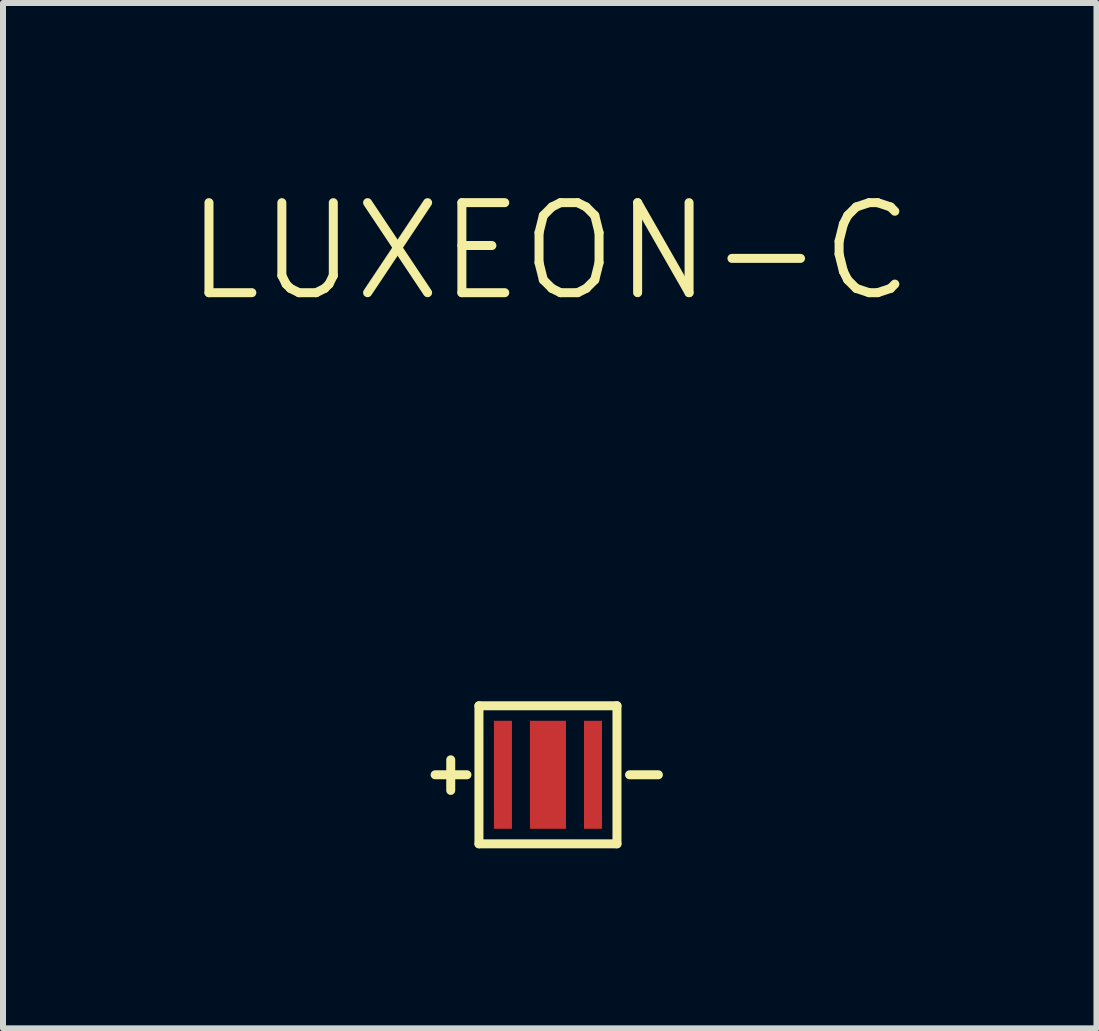
<source format=kicad_pcb>
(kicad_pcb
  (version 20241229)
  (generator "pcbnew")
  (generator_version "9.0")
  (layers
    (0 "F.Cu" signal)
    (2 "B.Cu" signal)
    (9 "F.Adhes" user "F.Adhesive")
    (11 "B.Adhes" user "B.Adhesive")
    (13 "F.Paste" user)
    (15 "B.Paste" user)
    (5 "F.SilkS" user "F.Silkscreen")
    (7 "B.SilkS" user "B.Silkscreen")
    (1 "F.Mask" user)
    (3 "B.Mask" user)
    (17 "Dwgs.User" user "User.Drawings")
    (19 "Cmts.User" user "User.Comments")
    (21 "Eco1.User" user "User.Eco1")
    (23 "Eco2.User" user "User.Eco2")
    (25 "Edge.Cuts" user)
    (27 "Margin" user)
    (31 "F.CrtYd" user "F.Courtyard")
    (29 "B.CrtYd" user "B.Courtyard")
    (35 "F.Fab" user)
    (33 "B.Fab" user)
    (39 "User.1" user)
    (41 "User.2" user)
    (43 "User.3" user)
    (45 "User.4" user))
  (footprint "LUXEON-C"
    (layer "F.Cu")
    (at 6.081 9.861)
    (property "Reference" "LUXEON-C" (at 0.03 -8.72 0) (layer "F.SilkS") (effects (font (size 1.5 1.5) (thickness 0.15))))
    (attr through_hole)
    (fp_line (start -1.88 0) (end -1.35 0) (stroke (width 0.15) (type solid)) (layer "F.SilkS"))
    (fp_line (start -1.62 -0.25) (end -1.62 0.26) (stroke (width 0.15) (type solid)) (layer "F.SilkS"))
    (fp_line (start -1.15 -1.15) (end -1.15 1.15) (stroke (width 0.15) (type solid)) (layer "F.SilkS"))
    (fp_line (start -1.15 1.15) (end 1.15 1.15) (stroke (width 0.15) (type solid)) (layer "F.SilkS"))
    (fp_line (start 1.15 -1.15) (end -1.15 -1.15) (stroke (width 0.15) (type solid)) (layer "F.SilkS"))
    (fp_line (start 1.15 1.15) (end 1.15 -1.15) (stroke (width 0.15) (type solid)) (layer "F.SilkS"))
    (fp_line (start 1.36 0) (end 1.84 0) (stroke (width 0.15) (type solid)) (layer "F.SilkS"))
    (pad "1" smd rect (at -0.75 0) (size 0.3 1.8) (layers "F.Cu" "F.Mask" "F.Paste"))
    (pad "2" smd rect (at 0.75 0) (size 0.3 1.8) (layers "F.Cu" "F.Mask" "F.Paste"))
    (pad "3" smd rect (at 0 0) (size 0.6 1.8) (layers "F.Cu" "F.Mask" "F.Paste")))
  (gr_rect
    (start -3 -3)
    (end 15.221 14.086)
    (stroke (width 0.1) (type default))
    (fill no)
    (layer "Edge.Cuts")))
</source>
